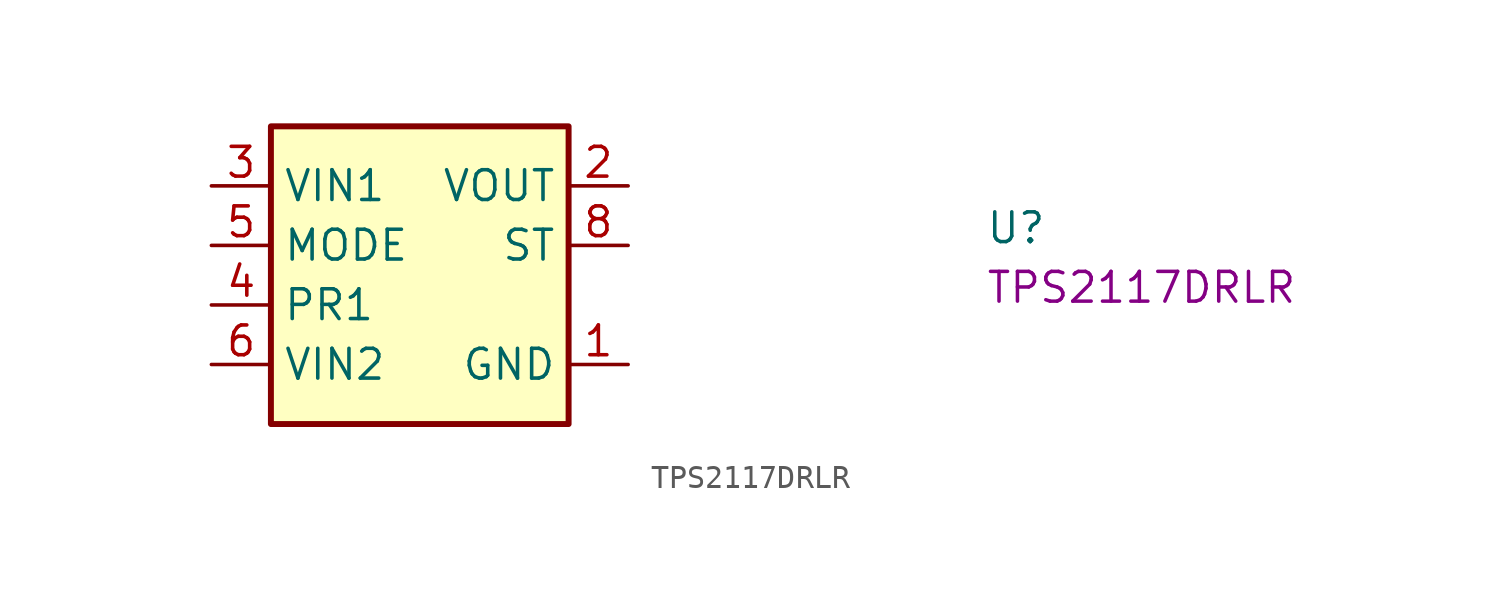
<source format=kicad_sym>
(kicad_symbol_lib
  (version 20220914)
  (generator kicad_symbol_editor)
  (symbol "TPS2117DRLR"
    (property "Reference" "U"
      (at 33.02 -2.54 0)
      (effects (font (size 1.27 1.27) (thickness 0.15)) (justify left bottom)))
    (property "MPN" "TPS2117DRLR"
      (at 33.02 -5.08 0)
      (effects (font (size 1.27 1.27) (thickness 0.15)) (justify left bottom)))
    (symbol "TPS2117DRLR_1_1"
      (rectangle (start 2.54 2.54) (end 15.24 -10.16) (stroke (width 0.254) (type default)) (fill (type background)))
      (pin power_in line (at 17.78 -7.62 180) (length 2.54) (name "GND" (effects (font (size 1.27 1.27)))) (number "1" (effects (font (size 1.27 1.27)))))
      (pin power_out line (at 17.78 0 180) (length 2.54) (name "VOUT" (effects (font (size 1.27 1.27)))) (number "2" (effects (font (size 1.27 1.27)))))
      (pin power_in line (at 0 0 0) (length 2.54) (name "VIN1" (effects (font (size 1.27 1.27)))) (number "3" (effects (font (size 1.27 1.27)))))
      (pin input line (at 0 -5.08 0) (length 2.54) (name "PR1" (effects (font (size 1.27 1.27)))) (number "4" (effects (font (size 1.27 1.27)))))
      (pin input line (at 0 -2.54 0) (length 2.54) (name "MODE" (effects (font (size 1.27 1.27)))) (number "5" (effects (font (size 1.27 1.27)))))
      (pin power_in line (at 0 -7.62 0) (length 2.54) (name "VIN2" (effects (font (size 1.27 1.27)))) (number "6" (effects (font (size 1.27 1.27)))))
      (pin passive line (at 17.78 0 180) (length 2.54) hide (name "VOUT" (effects (font (size 1.27 1.27)))) (number "7" (effects (font (size 1.27 1.27)))))
      (pin output line (at 17.78 -2.54 180) (length 2.54) (name "ST" (effects (font (size 1.27 1.27)))) (number "8" (effects (font (size 1.27 1.27))))))))
</source>
